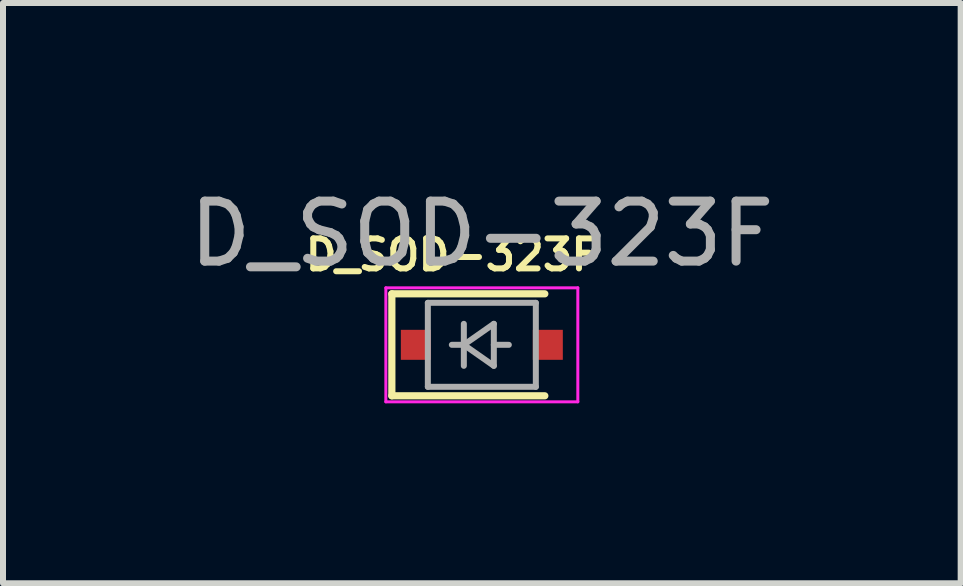
<source format=kicad_pcb>
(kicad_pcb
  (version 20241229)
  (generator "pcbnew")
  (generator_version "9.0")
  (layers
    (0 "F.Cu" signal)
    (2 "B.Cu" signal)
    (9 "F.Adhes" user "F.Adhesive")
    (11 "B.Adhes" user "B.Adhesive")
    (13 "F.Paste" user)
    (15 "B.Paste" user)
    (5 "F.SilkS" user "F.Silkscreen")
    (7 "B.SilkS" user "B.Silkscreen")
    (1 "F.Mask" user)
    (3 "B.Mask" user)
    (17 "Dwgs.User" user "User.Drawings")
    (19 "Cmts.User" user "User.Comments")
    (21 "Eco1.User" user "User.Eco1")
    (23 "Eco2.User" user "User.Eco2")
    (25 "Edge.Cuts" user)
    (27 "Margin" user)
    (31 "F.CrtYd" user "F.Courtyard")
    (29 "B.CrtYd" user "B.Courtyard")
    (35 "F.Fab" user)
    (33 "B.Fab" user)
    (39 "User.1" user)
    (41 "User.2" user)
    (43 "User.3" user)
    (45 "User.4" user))
  (footprint "D_SOD-323F"
    (layer "F.Cu")
    (at 4.982 2.698)
    (property "Reference" "D_SOD-323F" (at -0.5 -1.5 0) (layer "F.SilkS") (effects (font (size 0.5 0.5) (thickness 0.1))))
    (attr smd)
    (fp_line (start -1.5 -0.85) (end -1.5 0.85) (stroke (width 0.12) (type solid)) (layer "F.SilkS"))
    (fp_line (start -1.5 -0.85) (end 1.05 -0.85) (stroke (width 0.12) (type solid)) (layer "F.SilkS"))
    (fp_line (start -1.5 0.85) (end 1.05 0.85) (stroke (width 0.12) (type solid)) (layer "F.SilkS"))
    (fp_line (start -1.6 -0.95) (end -1.6 0.95) (stroke (width 0.05) (type solid)) (layer "F.CrtYd"))
    (fp_line (start -1.6 -0.95) (end 1.6 -0.95) (stroke (width 0.05) (type solid)) (layer "F.CrtYd"))
    (fp_line (start -1.6 0.95) (end 1.6 0.95) (stroke (width 0.05) (type solid)) (layer "F.CrtYd"))
    (fp_line (start 1.6 -0.95) (end 1.6 0.95) (stroke (width 0.05) (type solid)) (layer "F.CrtYd"))
    (fp_line (start -0.9 -0.7) (end 0.9 -0.7) (stroke (width 0.1) (type solid)) (layer "F.Fab"))
    (fp_line (start -0.9 0.7) (end -0.9 -0.7) (stroke (width 0.1) (type solid)) (layer "F.Fab"))
    (fp_line (start -0.3 -0.35) (end -0.3 0.35) (stroke (width 0.1) (type solid)) (layer "F.Fab"))
    (fp_line (start -0.3 0) (end -0.5 0) (stroke (width 0.1) (type solid)) (layer "F.Fab"))
    (fp_line (start -0.3 0) (end 0.2 -0.35) (stroke (width 0.1) (type solid)) (layer "F.Fab"))
    (fp_line (start 0.2 -0.35) (end 0.2 0.35) (stroke (width 0.1) (type solid)) (layer "F.Fab"))
    (fp_line (start 0.2 0) (end 0.45 0) (stroke (width 0.1) (type solid)) (layer "F.Fab"))
    (fp_line (start 0.2 0.35) (end -0.3 0) (stroke (width 0.1) (type solid)) (layer "F.Fab"))
    (fp_line (start 0.9 -0.7) (end 0.9 0.7) (stroke (width 0.1) (type solid)) (layer "F.Fab"))
    (fp_line (start 0.9 0.7) (end -0.9 0.7) (stroke (width 0.1) (type solid)) (layer "F.Fab"))
    (fp_text user "${REFERENCE}" (at 0 -1.85 0) (layer "F.Fab") (effects (font (size 1 1) (thickness 0.15))))
    (pad "1" smd rect (at -1.1 0) (size 0.5 0.5) (layers "F.Cu" "F.Mask" "F.Paste"))
    (pad "2" smd rect (at 1.1 0) (size 0.5 0.5) (layers "F.Cu" "F.Mask" "F.Paste")))
  (gr_rect
    (start -3 -3)
    (end 12.964 6.673)
    (stroke (width 0.1) (type default))
    (fill no)
    (layer "Edge.Cuts")))
</source>
